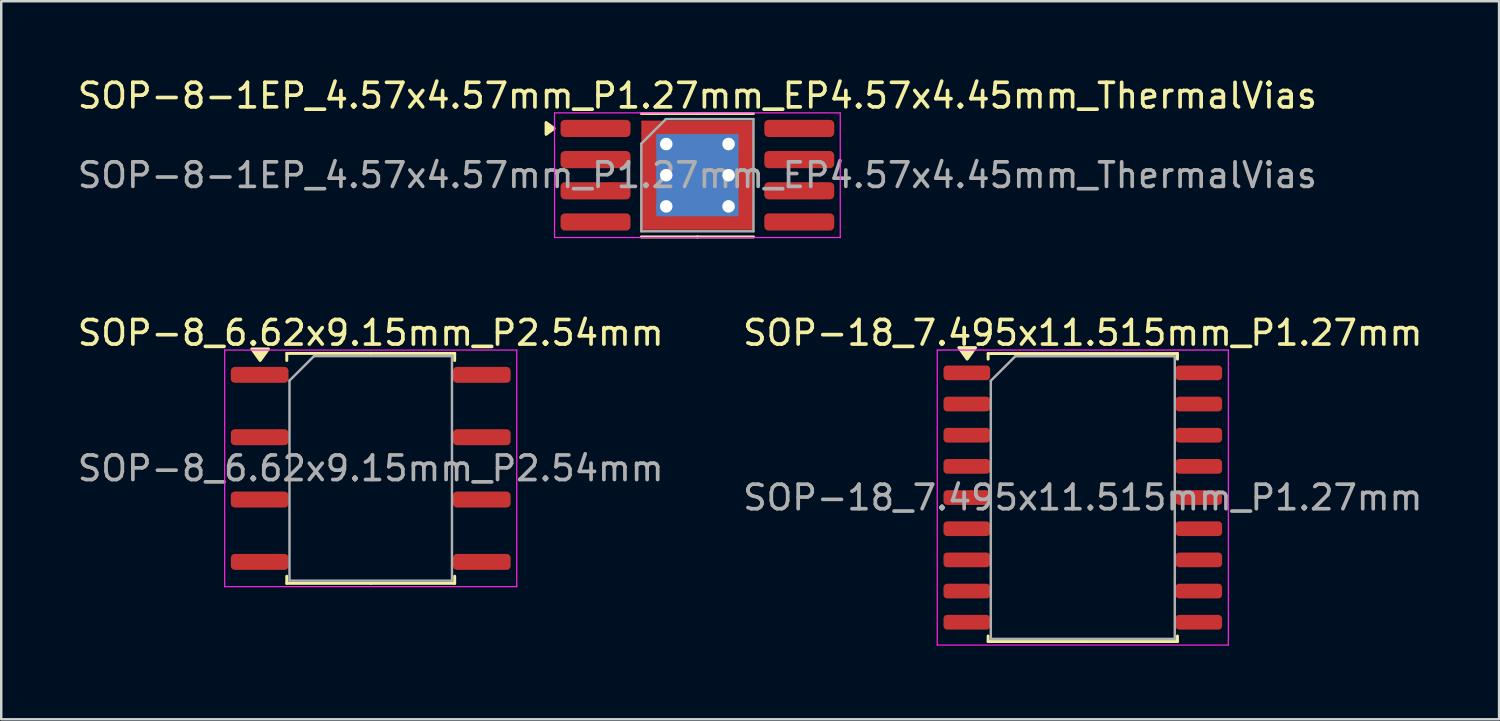
<source format=kicad_pcb>
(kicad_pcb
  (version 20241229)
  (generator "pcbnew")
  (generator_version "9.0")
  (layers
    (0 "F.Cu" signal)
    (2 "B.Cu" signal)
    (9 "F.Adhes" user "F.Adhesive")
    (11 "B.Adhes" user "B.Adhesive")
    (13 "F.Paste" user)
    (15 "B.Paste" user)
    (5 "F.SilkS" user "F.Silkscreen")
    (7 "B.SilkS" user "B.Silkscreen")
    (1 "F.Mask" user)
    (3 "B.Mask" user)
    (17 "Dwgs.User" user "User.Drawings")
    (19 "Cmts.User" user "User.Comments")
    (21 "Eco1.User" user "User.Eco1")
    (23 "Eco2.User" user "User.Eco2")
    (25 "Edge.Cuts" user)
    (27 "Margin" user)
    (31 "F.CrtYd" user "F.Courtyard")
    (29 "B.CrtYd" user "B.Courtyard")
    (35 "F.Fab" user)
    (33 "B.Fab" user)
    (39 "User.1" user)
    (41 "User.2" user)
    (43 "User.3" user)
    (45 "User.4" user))
  (footprint "SOP-8-1EP_4.57x4.57mm_P1.27mm_EP4.57x4.45mm_ThermalVias"
    (layer "F.Cu")
    (at 25.363 4.088)
    (property "Reference" "SOP-8-1EP_4.57x4.57mm_P1.27mm_EP4.57x4.45mm_ThermalVias" (at 0 -3.24 0) (layer "F.SilkS") (effects (font (size 1 1) (thickness 0.15))))
    (attr smd)
    (fp_line (start 0 -2.515) (end -2.285 -2.515) (stroke (width 0.12) (type solid)) (layer "F.SilkS"))
    (fp_line (start 0 -2.515) (end 2.285 -2.515) (stroke (width 0.12) (type solid)) (layer "F.SilkS"))
    (fp_line (start 0 2.515) (end -2.285 2.515) (stroke (width 0.12) (type solid)) (layer "F.SilkS"))
    (fp_line (start 0 2.515) (end 2.285 2.515) (stroke (width 0.12) (type solid)) (layer "F.SilkS"))
    (fp_poly (pts (xy -5.835 -1.905) (xy -6.165 -2.145) (xy -6.165 -1.665) (xy -5.835 -1.905)) (stroke (width 0.12) (type solid)) (fill yes) (layer "F.SilkS"))
    (fp_line (start -5.82 -2.54) (end -5.82 2.54) (stroke (width 0.05) (type solid)) (layer "F.CrtYd"))
    (fp_line (start -5.82 2.54) (end 5.82 2.54) (stroke (width 0.05) (type solid)) (layer "F.CrtYd"))
    (fp_line (start 5.82 -2.54) (end -5.82 -2.54) (stroke (width 0.05) (type solid)) (layer "F.CrtYd"))
    (fp_line (start 5.82 2.54) (end 5.82 -2.54) (stroke (width 0.05) (type solid)) (layer "F.CrtYd"))
    (fp_line (start -2.285 -1.285) (end -1.285 -2.285) (stroke (width 0.1) (type solid)) (layer "F.Fab"))
    (fp_line (start -2.285 2.285) (end -2.285 -1.285) (stroke (width 0.1) (type solid)) (layer "F.Fab"))
    (fp_line (start -1.285 -2.285) (end 2.285 -2.285) (stroke (width 0.1) (type solid)) (layer "F.Fab"))
    (fp_line (start 2.285 -2.285) (end 2.285 2.285) (stroke (width 0.1) (type solid)) (layer "F.Fab"))
    (fp_line (start 2.285 2.285) (end -2.285 2.285) (stroke (width 0.1) (type solid)) (layer "F.Fab"))
    (fp_text user "${REFERENCE}" (at 0 0 0) (layer "F.Fab") (effects (font (size 1 1) (thickness 0.15))))
    (pad "" smd roundrect (at -1.14 -1.11) (size 1.91 1.86) (layers "F.Paste") (roundrect_rratio 0.134))
    (pad "" smd roundrect (at -1.14 1.11) (size 1.91 1.86) (layers "F.Paste") (roundrect_rratio 0.134))
    (pad "" smd roundrect (at 1.14 -1.11) (size 1.91 1.86) (layers "F.Paste") (roundrect_rratio 0.134))
    (pad "" smd roundrect (at 1.14 1.11) (size 1.91 1.86) (layers "F.Paste") (roundrect_rratio 0.134))
    (pad "1" smd roundrect (at -4.15 -1.905) (size 2.85 0.7) (layers "F.Cu" "F.Mask" "F.Paste") (roundrect_rratio 0.25))
    (pad "2" smd roundrect (at -4.15 -0.635) (size 2.85 0.7) (layers "F.Cu" "F.Mask" "F.Paste") (roundrect_rratio 0.25))
    (pad "3" smd roundrect (at -4.15 0.635) (size 2.85 0.7) (layers "F.Cu" "F.Mask" "F.Paste") (roundrect_rratio 0.25))
    (pad "4" smd roundrect (at -4.15 1.905) (size 2.85 0.7) (layers "F.Cu" "F.Mask" "F.Paste") (roundrect_rratio 0.25))
    (pad "5" smd roundrect (at 4.15 1.905) (size 2.85 0.7) (layers "F.Cu" "F.Mask" "F.Paste") (roundrect_rratio 0.25))
    (pad "6" smd roundrect (at 4.15 0.635) (size 2.85 0.7) (layers "F.Cu" "F.Mask" "F.Paste") (roundrect_rratio 0.25))
    (pad "7" smd roundrect (at 4.15 -0.635) (size 2.85 0.7) (layers "F.Cu" "F.Mask" "F.Paste") (roundrect_rratio 0.25))
    (pad "8" smd roundrect (at 4.15 -1.905) (size 2.85 0.7) (layers "F.Cu" "F.Mask" "F.Paste") (roundrect_rratio 0.25))
    (pad "9" thru_hole circle (at -1.27 -1.27) (size 0.81 0.81) (drill 0.51) (property pad_prop_heatsink) (layers "*.Cu"))
    (pad "9" thru_hole circle (at -1.27 0) (size 0.81 0.81) (drill 0.51) (property pad_prop_heatsink) (layers "*.Cu"))
    (pad "9" thru_hole circle (at -1.27 1.27) (size 0.81 0.81) (drill 0.51) (property pad_prop_heatsink) (layers "*.Cu"))
    (pad "9" smd rect (at 0 0) (size 3.35 3.35) (property pad_prop_heatsink) (layers "B.Cu"))
    (pad "9" smd rect (at 0 0) (size 4.57 4.45) (property pad_prop_heatsink) (layers "F.Cu" "F.Mask"))
    (pad "9" thru_hole circle (at 1.27 -1.27) (size 0.81 0.81) (drill 0.51) (property pad_prop_heatsink) (layers "*.Cu"))
    (pad "9" thru_hole circle (at 1.27 0) (size 0.81 0.81) (drill 0.51) (property pad_prop_heatsink) (layers "*.Cu"))
    (pad "9" thru_hole circle (at 1.27 1.27) (size 0.81 0.81) (drill 0.51) (property pad_prop_heatsink) (layers "*.Cu")))
  (footprint "SOP-18_7.495x11.515mm_P1.27mm"
    (layer "F.Cu")
    (at 41.065 17.221)
    (property "Reference" "SOP-18_7.495x11.515mm_P1.27mm" (at 0 -6.71 0) (layer "F.SilkS") (effects (font (size 1 1) (thickness 0.15))))
    (attr smd)
    (fp_line (start -3.857 -5.867) (end -3.857 -5.64) (stroke (width 0.12) (type solid)) (layer "F.SilkS"))
    (fp_line (start -3.857 5.867) (end -3.857 5.64) (stroke (width 0.12) (type solid)) (layer "F.SilkS"))
    (fp_line (start 0 -5.867) (end -3.857 -5.867) (stroke (width 0.12) (type solid)) (layer "F.SilkS"))
    (fp_line (start 0 -5.867) (end 3.857 -5.867) (stroke (width 0.12) (type solid)) (layer "F.SilkS"))
    (fp_line (start 0 5.867) (end -3.857 5.867) (stroke (width 0.12) (type solid)) (layer "F.SilkS"))
    (fp_line (start 0 5.867) (end 3.857 5.867) (stroke (width 0.12) (type solid)) (layer "F.SilkS"))
    (fp_line (start 3.857 -5.867) (end 3.857 -5.64) (stroke (width 0.12) (type solid)) (layer "F.SilkS"))
    (fp_line (start 3.857 5.867) (end 3.857 5.64) (stroke (width 0.12) (type solid)) (layer "F.SilkS"))
    (fp_poly (pts (xy -4.711 -5.64) (xy -5.051 -6.11) (xy -4.371 -6.11) (xy -4.711 -5.64)) (stroke (width 0.12) (type solid)) (fill yes) (layer "F.SilkS"))
    (fp_line (start -5.93 -6.01) (end -5.93 6.01) (stroke (width 0.05) (type solid)) (layer "F.CrtYd"))
    (fp_line (start -5.93 6.01) (end 5.93 6.01) (stroke (width 0.05) (type solid)) (layer "F.CrtYd"))
    (fp_line (start 5.93 -6.01) (end -5.93 -6.01) (stroke (width 0.05) (type solid)) (layer "F.CrtYd"))
    (fp_line (start 5.93 6.01) (end 5.93 -6.01) (stroke (width 0.05) (type solid)) (layer "F.CrtYd"))
    (fp_line (start -3.748 -4.758) (end -2.748 -5.758) (stroke (width 0.1) (type solid)) (layer "F.Fab"))
    (fp_line (start -3.748 5.758) (end -3.748 -4.758) (stroke (width 0.1) (type solid)) (layer "F.Fab"))
    (fp_line (start -2.748 -5.758) (end 3.748 -5.758) (stroke (width 0.1) (type solid)) (layer "F.Fab"))
    (fp_line (start 3.748 -5.758) (end 3.748 5.758) (stroke (width 0.1) (type solid)) (layer "F.Fab"))
    (fp_line (start 3.748 5.758) (end -3.748 5.758) (stroke (width 0.1) (type solid)) (layer "F.Fab"))
    (fp_text user "${REFERENCE}" (at 0 0 0) (layer "F.Fab") (effects (font (size 1 1) (thickness 0.15))))
    (pad "1" smd roundrect (at -4.725 -5.08) (size 1.9 0.6) (layers "F.Cu" "F.Mask" "F.Paste") (roundrect_rratio 0.25))
    (pad "2" smd roundrect (at -4.725 -3.81) (size 1.9 0.6) (layers "F.Cu" "F.Mask" "F.Paste") (roundrect_rratio 0.25))
    (pad "3" smd roundrect (at -4.725 -2.54) (size 1.9 0.6) (layers "F.Cu" "F.Mask" "F.Paste") (roundrect_rratio 0.25))
    (pad "4" smd roundrect (at -4.725 -1.27) (size 1.9 0.6) (layers "F.Cu" "F.Mask" "F.Paste") (roundrect_rratio 0.25))
    (pad "5" smd roundrect (at -4.725 0) (size 1.9 0.6) (layers "F.Cu" "F.Mask" "F.Paste") (roundrect_rratio 0.25))
    (pad "6" smd roundrect (at -4.725 1.27) (size 1.9 0.6) (layers "F.Cu" "F.Mask" "F.Paste") (roundrect_rratio 0.25))
    (pad "7" smd roundrect (at -4.725 2.54) (size 1.9 0.6) (layers "F.Cu" "F.Mask" "F.Paste") (roundrect_rratio 0.25))
    (pad "8" smd roundrect (at -4.725 3.81) (size 1.9 0.6) (layers "F.Cu" "F.Mask" "F.Paste") (roundrect_rratio 0.25))
    (pad "9" smd roundrect (at -4.725 5.08) (size 1.9 0.6) (layers "F.Cu" "F.Mask" "F.Paste") (roundrect_rratio 0.25))
    (pad "10" smd roundrect (at 4.725 5.08) (size 1.9 0.6) (layers "F.Cu" "F.Mask" "F.Paste") (roundrect_rratio 0.25))
    (pad "11" smd roundrect (at 4.725 3.81) (size 1.9 0.6) (layers "F.Cu" "F.Mask" "F.Paste") (roundrect_rratio 0.25))
    (pad "12" smd roundrect (at 4.725 2.54) (size 1.9 0.6) (layers "F.Cu" "F.Mask" "F.Paste") (roundrect_rratio 0.25))
    (pad "13" smd roundrect (at 4.725 1.27) (size 1.9 0.6) (layers "F.Cu" "F.Mask" "F.Paste") (roundrect_rratio 0.25))
    (pad "14" smd roundrect (at 4.725 0) (size 1.9 0.6) (layers "F.Cu" "F.Mask" "F.Paste") (roundrect_rratio 0.25))
    (pad "15" smd roundrect (at 4.725 -1.27) (size 1.9 0.6) (layers "F.Cu" "F.Mask" "F.Paste") (roundrect_rratio 0.25))
    (pad "16" smd roundrect (at 4.725 -2.54) (size 1.9 0.6) (layers "F.Cu" "F.Mask" "F.Paste") (roundrect_rratio 0.25))
    (pad "17" smd roundrect (at 4.725 -3.81) (size 1.9 0.6) (layers "F.Cu" "F.Mask" "F.Paste") (roundrect_rratio 0.25))
    (pad "18" smd roundrect (at 4.725 -5.08) (size 1.9 0.6) (layers "F.Cu" "F.Mask" "F.Paste") (roundrect_rratio 0.25)))
  (footprint "SOP-8_6.62x9.15mm_P2.54mm"
    (layer "F.Cu")
    (at 12.054 16.032)
    (property "Reference" "SOP-8_6.62x9.15mm_P2.54mm" (at 0 -5.52 0) (layer "F.SilkS") (effects (font (size 1 1) (thickness 0.15))))
    (attr smd)
    (fp_line (start -3.42 -4.685) (end -3.42 -4.395) (stroke (width 0.12) (type solid)) (layer "F.SilkS"))
    (fp_line (start -3.42 4.685) (end -3.42 4.395) (stroke (width 0.12) (type solid)) (layer "F.SilkS"))
    (fp_line (start 0 -4.685) (end -3.42 -4.685) (stroke (width 0.12) (type solid)) (layer "F.SilkS"))
    (fp_line (start 0 -4.685) (end 3.42 -4.685) (stroke (width 0.12) (type solid)) (layer "F.SilkS"))
    (fp_line (start 0 4.685) (end -3.42 4.685) (stroke (width 0.12) (type solid)) (layer "F.SilkS"))
    (fp_line (start 0 4.685) (end 3.42 4.685) (stroke (width 0.12) (type solid)) (layer "F.SilkS"))
    (fp_line (start 3.42 -4.685) (end 3.42 -4.395) (stroke (width 0.12) (type solid)) (layer "F.SilkS"))
    (fp_line (start 3.42 4.685) (end 3.42 4.395) (stroke (width 0.12) (type solid)) (layer "F.SilkS"))
    (fp_poly (pts (xy -4.505 -4.395) (xy -4.845 -4.865) (xy -4.165 -4.865) (xy -4.505 -4.395)) (stroke (width 0.12) (type solid)) (fill yes) (layer "F.SilkS"))
    (fp_line (start -5.95 -4.82) (end -5.95 4.82) (stroke (width 0.05) (type solid)) (layer "F.CrtYd"))
    (fp_line (start -5.95 4.82) (end 5.95 4.82) (stroke (width 0.05) (type solid)) (layer "F.CrtYd"))
    (fp_line (start 5.95 -4.82) (end -5.95 -4.82) (stroke (width 0.05) (type solid)) (layer "F.CrtYd"))
    (fp_line (start 5.95 4.82) (end 5.95 -4.82) (stroke (width 0.05) (type solid)) (layer "F.CrtYd"))
    (fp_line (start -3.31 -3.575) (end -2.31 -4.575) (stroke (width 0.1) (type solid)) (layer "F.Fab"))
    (fp_line (start -3.31 4.575) (end -3.31 -3.575) (stroke (width 0.1) (type solid)) (layer "F.Fab"))
    (fp_line (start -2.31 -4.575) (end 3.31 -4.575) (stroke (width 0.1) (type solid)) (layer "F.Fab"))
    (fp_line (start 3.31 -4.575) (end 3.31 4.575) (stroke (width 0.1) (type solid)) (layer "F.Fab"))
    (fp_line (start 3.31 4.575) (end -3.31 4.575) (stroke (width 0.1) (type solid)) (layer "F.Fab"))
    (fp_text user "${REFERENCE}" (at 0 0 0) (layer "F.Fab") (effects (font (size 1 1) (thickness 0.15))))
    (pad "1" smd roundrect (at -4.525 -3.81) (size 2.35 0.65) (layers "F.Cu" "F.Mask" "F.Paste") (roundrect_rratio 0.25))
    (pad "2" smd roundrect (at -4.525 -1.27) (size 2.35 0.65) (layers "F.Cu" "F.Mask" "F.Paste") (roundrect_rratio 0.25))
    (pad "3" smd roundrect (at -4.525 1.27) (size 2.35 0.65) (layers "F.Cu" "F.Mask" "F.Paste") (roundrect_rratio 0.25))
    (pad "4" smd roundrect (at -4.525 3.81) (size 2.35 0.65) (layers "F.Cu" "F.Mask" "F.Paste") (roundrect_rratio 0.25))
    (pad "5" smd roundrect (at 4.525 3.81) (size 2.35 0.65) (layers "F.Cu" "F.Mask" "F.Paste") (roundrect_rratio 0.25))
    (pad "6" smd roundrect (at 4.525 1.27) (size 2.35 0.65) (layers "F.Cu" "F.Mask" "F.Paste") (roundrect_rratio 0.25))
    (pad "7" smd roundrect (at 4.525 -1.27) (size 2.35 0.65) (layers "F.Cu" "F.Mask" "F.Paste") (roundrect_rratio 0.25))
    (pad "8" smd roundrect (at 4.525 -3.81) (size 2.35 0.65) (layers "F.Cu" "F.Mask" "F.Paste") (roundrect_rratio 0.25)))
  (gr_rect
    (start -3 -3)
    (end 58.024 26.256)
    (stroke (width 0.1) (type default))
    (fill no)
    (layer "Edge.Cuts")))
</source>
